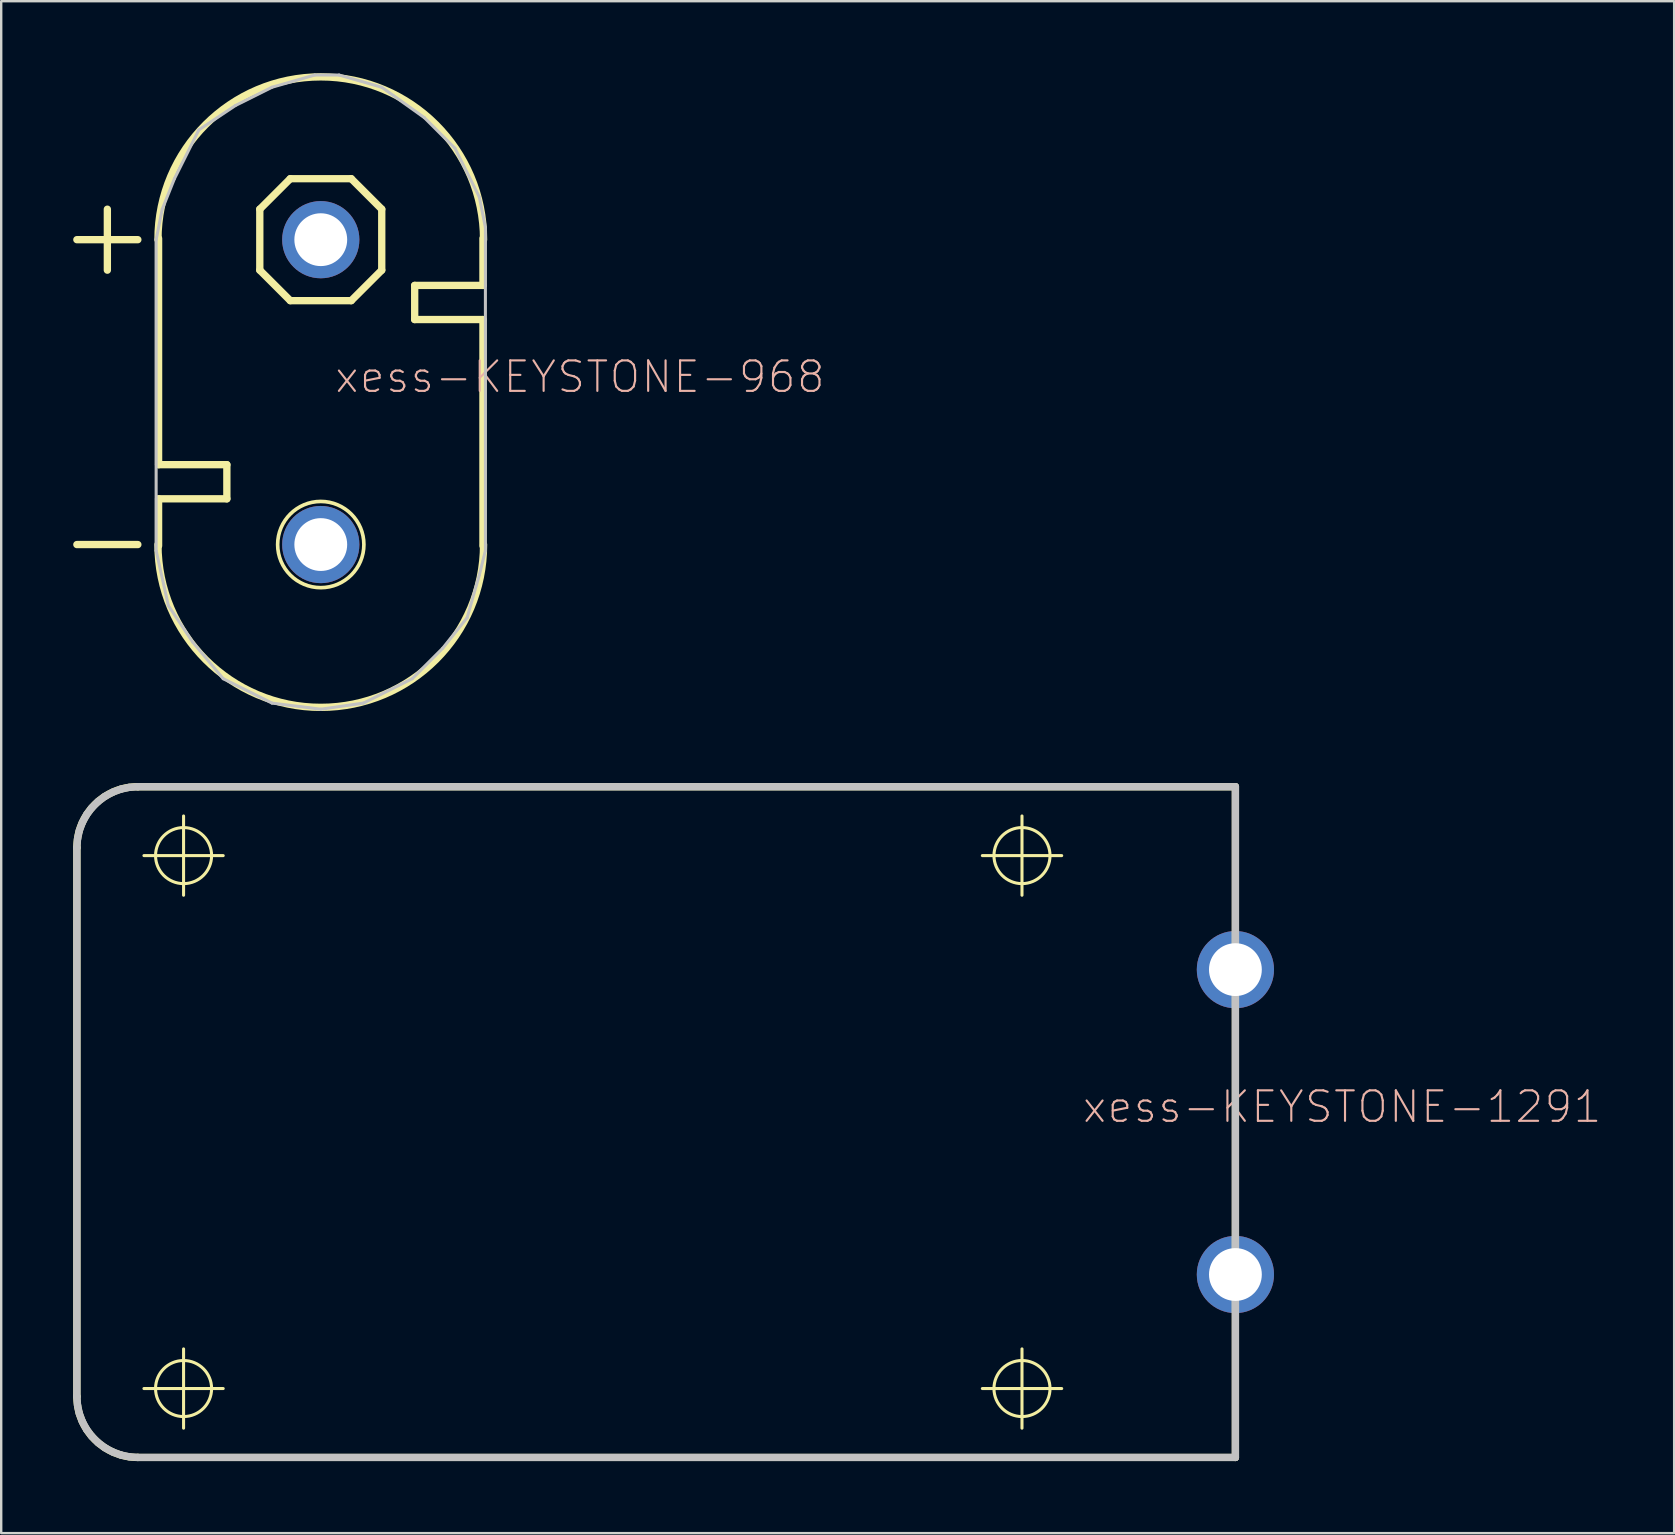
<source format=kicad_pcb>
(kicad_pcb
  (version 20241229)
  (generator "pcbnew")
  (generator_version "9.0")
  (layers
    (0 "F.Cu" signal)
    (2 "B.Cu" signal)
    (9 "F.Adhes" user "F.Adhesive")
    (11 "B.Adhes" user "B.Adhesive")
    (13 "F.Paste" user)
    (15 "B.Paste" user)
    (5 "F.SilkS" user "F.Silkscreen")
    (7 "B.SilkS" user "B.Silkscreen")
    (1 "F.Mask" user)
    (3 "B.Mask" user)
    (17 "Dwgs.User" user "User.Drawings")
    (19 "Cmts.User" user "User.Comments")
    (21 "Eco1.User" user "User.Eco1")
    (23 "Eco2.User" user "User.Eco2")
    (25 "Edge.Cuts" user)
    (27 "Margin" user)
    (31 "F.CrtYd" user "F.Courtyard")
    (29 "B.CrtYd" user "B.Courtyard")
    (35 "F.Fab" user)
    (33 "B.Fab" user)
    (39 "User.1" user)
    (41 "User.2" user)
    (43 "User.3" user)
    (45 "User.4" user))
  (footprint "xess-KEYSTONE-1291"
    (layer "F.Cu")
    (at 48.412 43.691)
    (property "Reference" "xess-KEYSTONE-1291" (at 4.445 -0.635 0) (layer "B.SilkS") (effects (font (size 1.27 1.27) (thickness 0.089))))
    (attr exclude_from_pos_files exclude_from_bom)
    (fp_line (start -48.26 -11.43) (end -48.26 11.43) (stroke (width 0.305) (type solid)) (layer "F.SilkS"))
    (fp_line (start -45.72 13.97) (end 0 13.97) (stroke (width 0.305) (type solid)) (layer "F.SilkS"))
    (fp_line (start -45.466 -11.1) (end -42.164 -11.1) (stroke (width 0.127) (type solid)) (layer "F.SilkS"))
    (fp_line (start -45.466 11.1) (end -42.164 11.1) (stroke (width 0.127) (type solid)) (layer "F.SilkS"))
    (fp_line (start -43.815 -9.449) (end -43.815 -12.751) (stroke (width 0.127) (type solid)) (layer "F.SilkS"))
    (fp_line (start -43.815 12.751) (end -43.815 9.449) (stroke (width 0.127) (type solid)) (layer "F.SilkS"))
    (fp_line (start -10.541 -11.1) (end -7.236 -11.1) (stroke (width 0.127) (type solid)) (layer "F.SilkS"))
    (fp_line (start -10.541 11.1) (end -7.236 11.1) (stroke (width 0.127) (type solid)) (layer "F.SilkS"))
    (fp_line (start -8.89 -9.449) (end -8.89 -12.751) (stroke (width 0.127) (type solid)) (layer "F.SilkS"))
    (fp_line (start -8.89 12.751) (end -8.89 9.449) (stroke (width 0.127) (type solid)) (layer "F.SilkS"))
    (fp_line (start 0 -13.97) (end -45.72 -13.97) (stroke (width 0.305) (type solid)) (layer "F.SilkS"))
    (fp_line (start 0 13.97) (end 0 -13.97) (stroke (width 0.305) (type solid)) (layer "F.SilkS"))
    (fp_arc (start -48.26 -11.43) (mid -47.516051 -13.226051) (end -45.72 -13.97) (stroke (width 0.3048) (type solid)) (layer "F.SilkS"))
    (fp_arc (start -45.72 13.97) (mid -47.516051 13.226051) (end -48.26 11.43) (stroke (width 0.3048) (type solid)) (layer "F.SilkS"))
    (fp_circle (center -43.815 -11.1) (end -44.641 -11.925) (stroke (width 0.127) (type solid)) (fill no) (layer "F.SilkS"))
    (fp_circle (center -43.815 11.1) (end -44.641 11.925) (stroke (width 0.127) (type solid)) (fill no) (layer "F.SilkS"))
    (fp_circle (center -8.89 -11.1) (end -9.716 -11.925) (stroke (width 0.127) (type solid)) (fill no) (layer "F.SilkS"))
    (fp_circle (center -8.89 11.1) (end -9.716 11.925) (stroke (width 0.127) (type solid)) (fill no) (layer "F.SilkS"))
    (fp_line (start -48.26 -11.43) (end -48.26 11.43) (stroke (width 0.305) (type solid)) (layer "Dwgs.User"))
    (fp_line (start -48.26 11.43) (end -48.232 11.791) (stroke (width 0.305) (type solid)) (layer "Dwgs.User"))
    (fp_line (start -48.232 -11.791) (end -48.26 -11.43) (stroke (width 0.305) (type solid)) (layer "Dwgs.User"))
    (fp_line (start -48.232 11.791) (end -48.156 12.144) (stroke (width 0.305) (type solid)) (layer "Dwgs.User"))
    (fp_line (start -48.156 -12.144) (end -48.232 -11.791) (stroke (width 0.305) (type solid)) (layer "Dwgs.User"))
    (fp_line (start -48.156 12.144) (end -48.029 12.484) (stroke (width 0.305) (type solid)) (layer "Dwgs.User"))
    (fp_line (start -48.029 -12.484) (end -48.156 -12.144) (stroke (width 0.305) (type solid)) (layer "Dwgs.User"))
    (fp_line (start -48.029 12.484) (end -47.856 12.802) (stroke (width 0.305) (type solid)) (layer "Dwgs.User"))
    (fp_line (start -47.856 -12.802) (end -48.029 -12.484) (stroke (width 0.305) (type solid)) (layer "Dwgs.User"))
    (fp_line (start -47.856 12.802) (end -47.638 13.091) (stroke (width 0.305) (type solid)) (layer "Dwgs.User"))
    (fp_line (start -47.638 -13.091) (end -47.856 -12.802) (stroke (width 0.305) (type solid)) (layer "Dwgs.User"))
    (fp_line (start -47.638 13.091) (end -47.381 13.348) (stroke (width 0.305) (type solid)) (layer "Dwgs.User"))
    (fp_line (start -47.381 -13.348) (end -47.638 -13.091) (stroke (width 0.305) (type solid)) (layer "Dwgs.User"))
    (fp_line (start -47.381 13.348) (end -47.092 13.566) (stroke (width 0.305) (type solid)) (layer "Dwgs.User"))
    (fp_line (start -47.092 -13.566) (end -47.381 -13.348) (stroke (width 0.305) (type solid)) (layer "Dwgs.User"))
    (fp_line (start -47.092 13.566) (end -46.774 13.739) (stroke (width 0.305) (type solid)) (layer "Dwgs.User"))
    (fp_line (start -46.774 -13.739) (end -47.092 -13.566) (stroke (width 0.305) (type solid)) (layer "Dwgs.User"))
    (fp_line (start -46.774 13.739) (end -46.434 13.866) (stroke (width 0.305) (type solid)) (layer "Dwgs.User"))
    (fp_line (start -46.434 -13.866) (end -46.774 -13.739) (stroke (width 0.305) (type solid)) (layer "Dwgs.User"))
    (fp_line (start -46.434 13.866) (end -46.081 13.942) (stroke (width 0.305) (type solid)) (layer "Dwgs.User"))
    (fp_line (start -46.081 -13.942) (end -46.434 -13.866) (stroke (width 0.305) (type solid)) (layer "Dwgs.User"))
    (fp_line (start -46.081 13.942) (end -45.72 13.97) (stroke (width 0.305) (type solid)) (layer "Dwgs.User"))
    (fp_line (start -45.72 -13.97) (end -46.081 -13.942) (stroke (width 0.305) (type solid)) (layer "Dwgs.User"))
    (fp_line (start -45.72 13.97) (end 0 13.97) (stroke (width 0.305) (type solid)) (layer "Dwgs.User"))
    (fp_line (start 0 -13.97) (end -45.72 -13.97) (stroke (width 0.305) (type solid)) (layer "Dwgs.User"))
    (fp_line (start 0 13.97) (end 0 -13.97) (stroke (width 0.305) (type solid)) (layer "Dwgs.User"))
    (pad "+" thru_hole circle (at 0 6.35) (size 3.216 3.216) (drill 2.2) (layers "*.Cu" "*.Mask"))
    (pad "-" thru_hole circle (at 0 -6.35) (size 3.216 3.216) (drill 2.2) (layers "*.Cu" "*.Mask")))
  (footprint "xess-KEYSTONE-968"
    (layer "F.Cu")
    (at 10.312 13.284)
    (property "Reference" "xess-KEYSTONE-968" (at 10.795 -0.635 0) (layer "B.SilkS") (effects (font (size 1.27 1.27) (thickness 0.089))))
    (attr exclude_from_pos_files exclude_from_bom)
    (fp_line (start -10.16 -6.35) (end -7.62 -6.35) (stroke (width 0.305) (type solid)) (layer "F.SilkS"))
    (fp_line (start -10.16 6.35) (end -7.62 6.35) (stroke (width 0.305) (type solid)) (layer "F.SilkS"))
    (fp_line (start -8.89 -7.62) (end -8.89 -5.08) (stroke (width 0.305) (type solid)) (layer "F.SilkS"))
    (fp_line (start -6.756 3.023) (end -6.756 -6.401) (stroke (width 0.305) (type solid)) (layer "F.SilkS"))
    (fp_line (start -6.756 4.445) (end -3.912 4.445) (stroke (width 0.305) (type solid)) (layer "F.SilkS"))
    (fp_line (start -6.756 6.401) (end -6.756 4.445) (stroke (width 0.305) (type solid)) (layer "F.SilkS"))
    (fp_line (start -3.912 3.023) (end -6.756 3.023) (stroke (width 0.305) (type solid)) (layer "F.SilkS"))
    (fp_line (start -3.912 4.445) (end -3.912 3.023) (stroke (width 0.305) (type solid)) (layer "F.SilkS"))
    (fp_line (start -2.54 -7.62) (end -2.54 -5.08) (stroke (width 0.305) (type solid)) (layer "F.SilkS"))
    (fp_line (start -2.54 -5.08) (end -1.27 -3.81) (stroke (width 0.305) (type solid)) (layer "F.SilkS"))
    (fp_line (start -1.27 -8.89) (end -2.54 -7.62) (stroke (width 0.305) (type solid)) (layer "F.SilkS"))
    (fp_line (start -1.27 -3.81) (end 1.27 -3.81) (stroke (width 0.305) (type solid)) (layer "F.SilkS"))
    (fp_line (start 1.27 -8.89) (end -1.27 -8.89) (stroke (width 0.305) (type solid)) (layer "F.SilkS"))
    (fp_line (start 1.27 -3.81) (end 2.54 -5.08) (stroke (width 0.305) (type solid)) (layer "F.SilkS"))
    (fp_line (start 2.54 -7.62) (end 1.27 -8.89) (stroke (width 0.305) (type solid)) (layer "F.SilkS"))
    (fp_line (start 2.54 -5.08) (end 2.54 -7.62) (stroke (width 0.305) (type solid)) (layer "F.SilkS"))
    (fp_line (start 3.912 -4.445) (end 3.912 -3.023) (stroke (width 0.305) (type solid)) (layer "F.SilkS"))
    (fp_line (start 3.912 -3.023) (end 6.756 -3.023) (stroke (width 0.305) (type solid)) (layer "F.SilkS"))
    (fp_line (start 6.756 -6.401) (end 6.756 -4.445) (stroke (width 0.305) (type solid)) (layer "F.SilkS"))
    (fp_line (start 6.756 -4.445) (end 3.912 -4.445) (stroke (width 0.305) (type solid)) (layer "F.SilkS"))
    (fp_line (start 6.756 -3.023) (end 6.756 6.401) (stroke (width 0.305) (type solid)) (layer "F.SilkS"))
    (fp_arc (start -6.7818 -6.35) (mid 0 -13.1318) (end 6.7818 -6.35) (stroke (width 0.3048) (type solid)) (layer "F.SilkS"))
    (fp_arc (start 6.7818 6.35) (mid 0 13.1318) (end -6.7818 6.35) (stroke (width 0.3048) (type solid)) (layer "F.SilkS"))
    (fp_circle (center 0 6.35) (end -1.27 7.62) (stroke (width 0.152) (type solid)) (fill no) (layer "F.SilkS"))
    (fp_line (start -6.858 -6.35) (end -6.858 6.604) (stroke (width 0.127) (type solid)) (layer "Dwgs.User"))
    (fp_line (start -6.858 6.604) (end -6.35 8.89) (stroke (width 0.127) (type solid)) (layer "Dwgs.User"))
    (fp_line (start -6.604 -7.62) (end -6.858 -6.35) (stroke (width 0.127) (type solid)) (layer "Dwgs.User"))
    (fp_line (start -6.35 8.89) (end -5.334 10.414) (stroke (width 0.127) (type solid)) (layer "Dwgs.User"))
    (fp_line (start -6.096 -8.89) (end -6.604 -7.62) (stroke (width 0.127) (type solid)) (layer "Dwgs.User"))
    (fp_line (start -5.334 10.414) (end -4.064 11.938) (stroke (width 0.127) (type solid)) (layer "Dwgs.User"))
    (fp_line (start -5.08 -10.922) (end -6.096 -8.89) (stroke (width 0.127) (type solid)) (layer "Dwgs.User"))
    (fp_line (start -4.064 11.938) (end -2.032 12.954) (stroke (width 0.127) (type solid)) (layer "Dwgs.User"))
    (fp_line (start -3.556 -11.938) (end -5.08 -10.922) (stroke (width 0.127) (type solid)) (layer "Dwgs.User"))
    (fp_line (start -2.032 -12.7) (end -3.556 -11.938) (stroke (width 0.127) (type solid)) (layer "Dwgs.User"))
    (fp_line (start -2.032 12.954) (end 0 13.208) (stroke (width 0.127) (type solid)) (layer "Dwgs.User"))
    (fp_line (start -0.254 -13.208) (end -2.032 -12.7) (stroke (width 0.127) (type solid)) (layer "Dwgs.User"))
    (fp_line (start 0 13.208) (end 1.778 12.954) (stroke (width 0.127) (type solid)) (layer "Dwgs.User"))
    (fp_line (start 0.762 -13.208) (end -0.254 -13.208) (stroke (width 0.127) (type solid)) (layer "Dwgs.User"))
    (fp_line (start 1.778 12.954) (end 3.81 11.938) (stroke (width 0.127) (type solid)) (layer "Dwgs.User"))
    (fp_line (start 2.54 -12.7) (end 0.762 -13.208) (stroke (width 0.127) (type solid)) (layer "Dwgs.User"))
    (fp_line (start 3.81 11.938) (end 5.08 10.668) (stroke (width 0.127) (type solid)) (layer "Dwgs.User"))
    (fp_line (start 4.318 -11.43) (end 2.54 -12.7) (stroke (width 0.127) (type solid)) (layer "Dwgs.User"))
    (fp_line (start 5.08 10.668) (end 6.096 9.398) (stroke (width 0.127) (type solid)) (layer "Dwgs.User"))
    (fp_line (start 5.588 -10.16) (end 4.318 -11.43) (stroke (width 0.127) (type solid)) (layer "Dwgs.User"))
    (fp_line (start 6.096 9.398) (end 6.604 7.62) (stroke (width 0.127) (type solid)) (layer "Dwgs.User"))
    (fp_line (start 6.604 -8.128) (end 5.588 -10.16) (stroke (width 0.127) (type solid)) (layer "Dwgs.User"))
    (fp_line (start 6.604 7.62) (end 6.858 6.604) (stroke (width 0.127) (type solid)) (layer "Dwgs.User"))
    (fp_line (start 6.858 -6.858) (end 6.604 -8.128) (stroke (width 0.127) (type solid)) (layer "Dwgs.User"))
    (fp_line (start 6.858 6.604) (end 6.858 -6.858) (stroke (width 0.127) (type solid)) (layer "Dwgs.User"))
    (pad "+" thru_hole circle (at 0 -6.35) (size 3.216 3.216) (drill 2.2) (layers "*.Cu" "*.Mask"))
    (pad "-" thru_hole circle (at 0 6.35) (size 3.216 3.216) (drill 2.2) (layers "*.Cu" "*.Mask")))
  (gr_rect
    (start -3 -3)
    (end 66.689 60.813)
    (stroke (width 0.1) (type default))
    (fill no)
    (layer "Edge.Cuts")))
</source>
